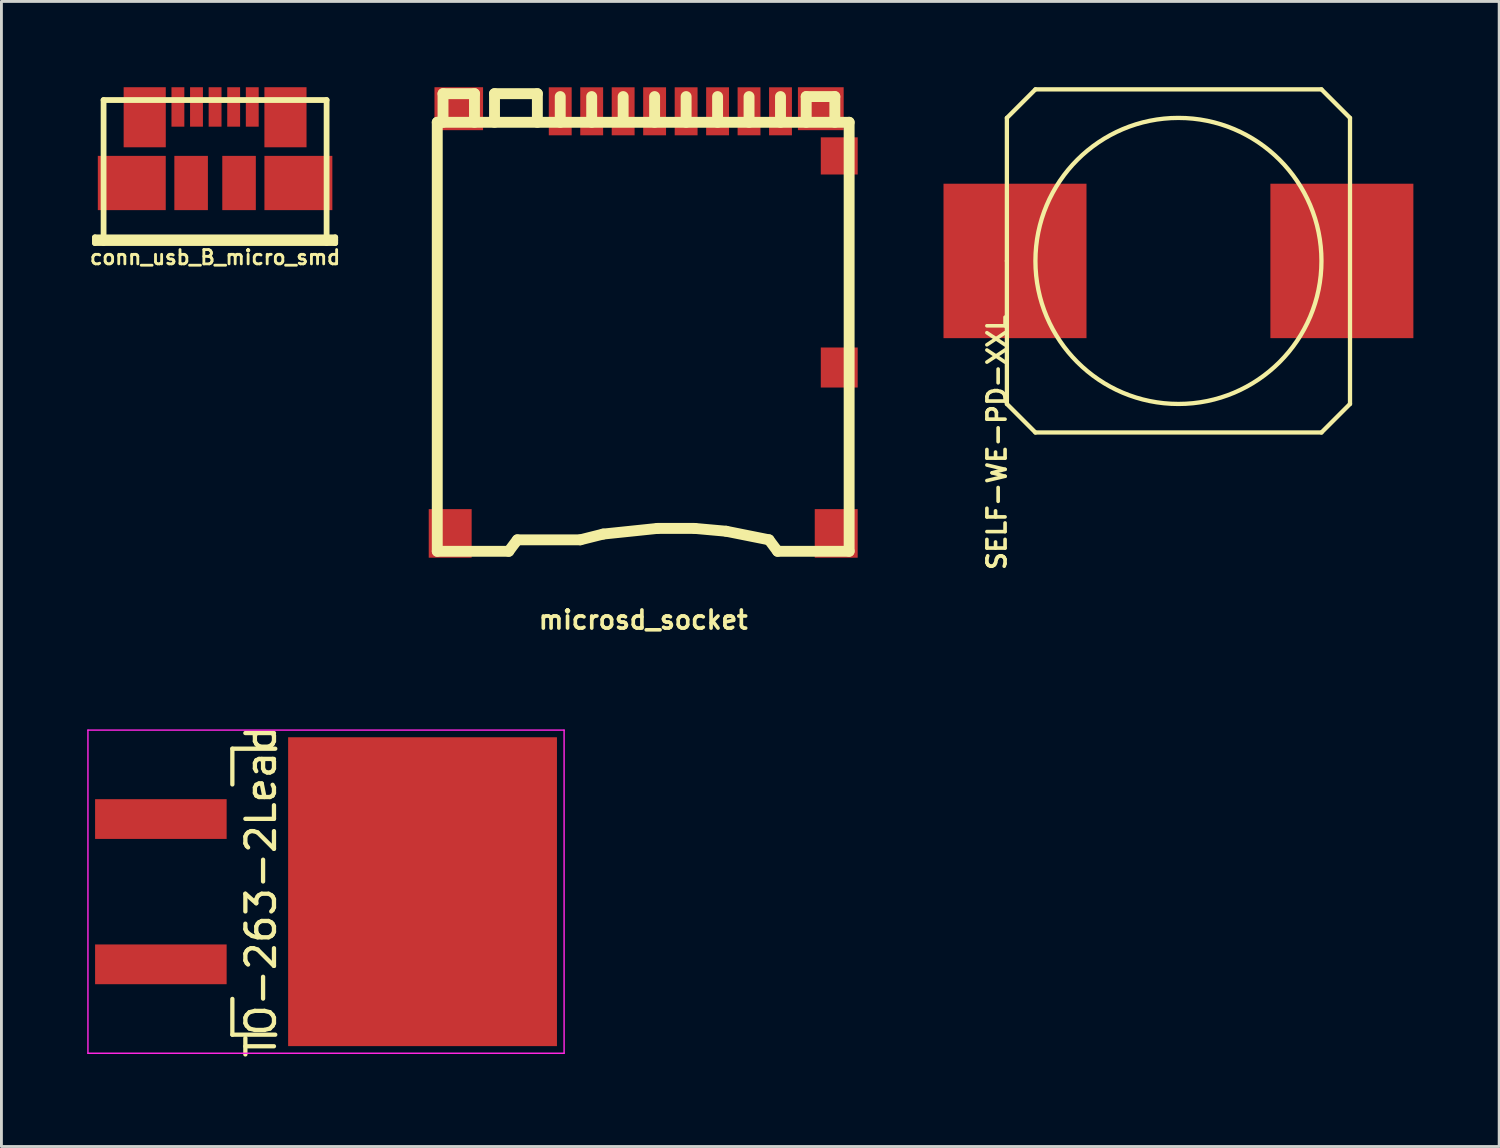
<source format=kicad_pcb>
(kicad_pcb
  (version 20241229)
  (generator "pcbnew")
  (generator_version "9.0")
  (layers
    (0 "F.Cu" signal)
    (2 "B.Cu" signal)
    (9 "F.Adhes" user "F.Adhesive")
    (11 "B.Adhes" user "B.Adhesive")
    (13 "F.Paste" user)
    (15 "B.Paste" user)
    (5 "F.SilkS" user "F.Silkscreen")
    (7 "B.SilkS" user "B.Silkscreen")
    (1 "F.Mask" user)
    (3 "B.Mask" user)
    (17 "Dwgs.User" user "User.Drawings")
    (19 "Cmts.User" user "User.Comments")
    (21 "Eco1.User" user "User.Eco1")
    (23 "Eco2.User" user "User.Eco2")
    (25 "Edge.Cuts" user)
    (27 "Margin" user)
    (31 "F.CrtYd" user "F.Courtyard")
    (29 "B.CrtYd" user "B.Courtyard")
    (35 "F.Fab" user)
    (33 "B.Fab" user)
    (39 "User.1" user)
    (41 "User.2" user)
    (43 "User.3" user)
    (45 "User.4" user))
  (footprint "SELF-WE-PD-XXL"
    (layer "F.Cu")
    (at 38.157 6.074)
    (property "Reference" "SELF-WE-PD-XXL" (at -6.35 6.35 90) (layer "F.SilkS") (effects (font (size 0.635 0.635) (thickness 0.127))))
    (attr smd)
    (fp_line (start -5.999 -5.001) (end -5.001 -5.999) (stroke (width 0.15) (type solid)) (layer "F.SilkS"))
    (fp_line (start -5.999 0) (end -5.999 -5.001) (stroke (width 0.15) (type solid)) (layer "F.SilkS"))
    (fp_line (start -5.999 5.001) (end -5.999 0) (stroke (width 0.15) (type solid)) (layer "F.SilkS"))
    (fp_line (start -5.001 -5.999) (end 5.001 -5.999) (stroke (width 0.15) (type solid)) (layer "F.SilkS"))
    (fp_line (start -5.001 5.999) (end -5.999 5.001) (stroke (width 0.15) (type solid)) (layer "F.SilkS"))
    (fp_line (start 5.001 -5.999) (end 5.999 -5.001) (stroke (width 0.15) (type solid)) (layer "F.SilkS"))
    (fp_line (start 5.001 5.999) (end -5.001 5.999) (stroke (width 0.15) (type solid)) (layer "F.SilkS"))
    (fp_line (start 5.999 -5.001) (end 5.999 5.001) (stroke (width 0.15) (type solid)) (layer "F.SilkS"))
    (fp_line (start 5.999 5.001) (end 5.001 5.999) (stroke (width 0.15) (type solid)) (layer "F.SilkS"))
    (fp_circle (center 0 0) (end 0 -5.001) (stroke (width 0.15) (type solid)) (fill no) (layer "F.SilkS"))
    (fp_text user "" (at 0 0 0) (layer "F.SilkS") (effects (font (size 1 1) (thickness 0.15))))
    (fp_text user "" (at 0 0 0) (layer "F.SilkS") (effects (font (size 1 1) (thickness 0.15))))
    (pad "1" smd rect (at -5.715 0) (size 5 5.4) (layers "F.Cu" "F.Mask" "F.Paste"))
    (pad "2" smd rect (at 5.715 0) (size 5 5.4) (layers "F.Cu" "F.Mask" "F.Paste")))
  (footprint "microsd_socket"
    (layer "F.Cu")
    (at 19.441 8.226)
    (property "Reference" "microsd_socket" (at 0 10.399 0) (layer "F.SilkS") (effects (font (size 0.635 0.635) (thickness 0.127))))
    (attr through_hole)
    (fp_line (start -7.201 -7) (end -7.201 8.001) (stroke (width 0.381) (type solid)) (layer "F.SilkS"))
    (fp_line (start -7 -7) (end -7 -8.001) (stroke (width 0.381) (type solid)) (layer "F.SilkS"))
    (fp_line (start -5.9 -8.001) (end -7 -8.001) (stroke (width 0.381) (type solid)) (layer "F.SilkS"))
    (fp_line (start -5.9 -8.001) (end -5.9 -7) (stroke (width 0.381) (type solid)) (layer "F.SilkS"))
    (fp_line (start -5.199 -8.001) (end -5.199 -7) (stroke (width 0.381) (type solid)) (layer "F.SilkS"))
    (fp_line (start -4.699 8.001) (end -7.201 8.001) (stroke (width 0.381) (type solid)) (layer "F.SilkS"))
    (fp_line (start -4.402 7.6) (end -4.702 8.001) (stroke (width 0.381) (type solid)) (layer "F.SilkS"))
    (fp_line (start -3.701 -8.001) (end -5.199 -8.001) (stroke (width 0.381) (type solid)) (layer "F.SilkS"))
    (fp_line (start -3.701 -7) (end -3.701 -8.001) (stroke (width 0.381) (type solid)) (layer "F.SilkS"))
    (fp_line (start -2.901 -7) (end -2.901 -7.899) (stroke (width 0.381) (type solid)) (layer "F.SilkS"))
    (fp_line (start -2.2 7.6) (end -4.399 7.6) (stroke (width 0.381) (type solid)) (layer "F.SilkS"))
    (fp_line (start -2.2 7.6) (end -1.4 7.399) (stroke (width 0.381) (type solid)) (layer "F.SilkS"))
    (fp_line (start -1.801 -7.899) (end -1.801 -7) (stroke (width 0.381) (type solid)) (layer "F.SilkS"))
    (fp_line (start -1.4 7.399) (end 0.5 7.201) (stroke (width 0.381) (type solid)) (layer "F.SilkS"))
    (fp_line (start -0.701 -7.899) (end -0.701 -7.099) (stroke (width 0.381) (type solid)) (layer "F.SilkS"))
    (fp_line (start 0.399 -7.899) (end 0.399 -7) (stroke (width 0.381) (type solid)) (layer "F.SilkS"))
    (fp_line (start 0.5 7.201) (end 1.801 7.201) (stroke (width 0.381) (type solid)) (layer "F.SilkS"))
    (fp_line (start 1.501 -7.899) (end 1.501 -7) (stroke (width 0.381) (type solid)) (layer "F.SilkS"))
    (fp_line (start 1.801 7.201) (end 2.901 7.3) (stroke (width 0.381) (type solid)) (layer "F.SilkS"))
    (fp_line (start 2.601 -7.899) (end 2.601 -7) (stroke (width 0.381) (type solid)) (layer "F.SilkS"))
    (fp_line (start 2.901 7.3) (end 4.399 7.6) (stroke (width 0.381) (type solid)) (layer "F.SilkS"))
    (fp_line (start 3.701 -7.899) (end 3.701 -7) (stroke (width 0.381) (type solid)) (layer "F.SilkS"))
    (fp_line (start 4.699 8.001) (end 4.399 7.6) (stroke (width 0.381) (type solid)) (layer "F.SilkS"))
    (fp_line (start 4.699 8.001) (end 7.201 8.001) (stroke (width 0.381) (type solid)) (layer "F.SilkS"))
    (fp_line (start 4.801 -7.899) (end 4.801 -7) (stroke (width 0.381) (type solid)) (layer "F.SilkS"))
    (fp_line (start 5.7 -7.899) (end 6.701 -7.899) (stroke (width 0.381) (type solid)) (layer "F.SilkS"))
    (fp_line (start 5.7 -7) (end 5.7 -7.899) (stroke (width 0.381) (type solid)) (layer "F.SilkS"))
    (fp_line (start 6.701 -7.899) (end 6.701 -7) (stroke (width 0.381) (type solid)) (layer "F.SilkS"))
    (fp_line (start 7.201 -7) (end -7.201 -7) (stroke (width 0.381) (type solid)) (layer "F.SilkS"))
    (fp_line (start 7.201 8.001) (end 7.201 -7) (stroke (width 0.381) (type solid)) (layer "F.SilkS"))
    (pad "" smd rect (at 6.21 -7.475) (size 1.6 1.501) (layers "F.Cu" "F.Mask" "F.Paste"))
    (pad "1" smd rect (at -2.901 -7.384) (size 0.8 1.679) (layers "F.Cu" "F.Mask" "F.Paste"))
    (pad "2" smd rect (at -1.801 -7.384) (size 0.8 1.679) (layers "F.Cu" "F.Mask" "F.Paste"))
    (pad "3" smd rect (at -0.701 -7.384) (size 0.8 1.679) (layers "F.Cu" "F.Mask" "F.Paste"))
    (pad "4" smd rect (at 0.399 -7.384) (size 0.8 1.679) (layers "F.Cu" "F.Mask" "F.Paste"))
    (pad "5" smd rect (at 1.501 -7.384) (size 0.8 1.679) (layers "F.Cu" "F.Mask" "F.Paste"))
    (pad "6" smd rect (at 2.601 -7.384) (size 0.8 1.679) (layers "F.Cu" "F.Mask" "F.Paste"))
    (pad "7" smd rect (at 3.701 -7.384) (size 0.8 1.679) (layers "F.Cu" "F.Mask" "F.Paste"))
    (pad "8" smd rect (at 4.801 -7.384) (size 0.8 1.679) (layers "F.Cu" "F.Mask" "F.Paste"))
    (pad "9" smd rect (at -6.749 7.376) (size 1.501 1.699) (layers "F.Cu" "F.Mask" "F.Paste"))
    (pad "9" smd rect (at -6.449 -7.475) (size 1.699 1.501) (layers "F.Cu" "F.Mask" "F.Paste"))
    (pad "9" smd rect (at 6.749 7.376) (size 1.501 1.699) (layers "F.Cu" "F.Mask" "F.Paste"))
    (pad "CD1" smd rect (at 6.855 1.575) (size 1.29 1.4) (layers "F.Cu" "F.Mask" "F.Paste"))
    (pad "CD2" smd rect (at 6.855 -5.824) (size 1.29 1.3) (layers "F.Cu" "F.Mask" "F.Paste")))
  (footprint "conn_usb_B_micro_smd"
    (layer "F.Cu")
    (at 4.471 3.349)
    (property "Reference" "conn_usb_B_micro_smd" (at 0 2.601 0) (layer "F.SilkS") (effects (font (size 0.5 0.5) (thickness 0.099))))
    (attr through_hole)
    (fp_line (start -4.201 1.9) (end -4.201 2.101) (stroke (width 0.201) (type solid)) (layer "F.SilkS"))
    (fp_line (start -4.201 1.999) (end 4.201 1.999) (stroke (width 0.201) (type solid)) (layer "F.SilkS"))
    (fp_line (start -4.201 2.101) (end 4.201 2.101) (stroke (width 0.201) (type solid)) (layer "F.SilkS"))
    (fp_line (start -3.899 -2.901) (end 3.899 -2.901) (stroke (width 0.201) (type solid)) (layer "F.SilkS"))
    (fp_line (start -3.899 2.101) (end -3.899 -2.901) (stroke (width 0.201) (type solid)) (layer "F.SilkS"))
    (fp_line (start 3.899 -2.901) (end 3.899 2.101) (stroke (width 0.201) (type solid)) (layer "F.SilkS"))
    (fp_line (start 4.201 1.9) (end -4.201 1.9) (stroke (width 0.201) (type solid)) (layer "F.SilkS"))
    (fp_line (start 4.201 2.101) (end 4.201 1.9) (stroke (width 0.201) (type solid)) (layer "F.SilkS"))
    (pad "1" smd rect (at -1.3 -2.659) (size 0.45 1.379) (layers "F.Cu" "F.Mask" "F.Paste"))
    (pad "2" smd rect (at -0.65 -2.659) (size 0.45 1.379) (layers "F.Cu" "F.Mask" "F.Paste"))
    (pad "3" smd rect (at 0 -2.659) (size 0.45 1.379) (layers "F.Cu" "F.Mask" "F.Paste"))
    (pad "4" smd rect (at 0.65 -2.659) (size 0.45 1.379) (layers "F.Cu" "F.Mask" "F.Paste"))
    (pad "5" smd rect (at 1.3 -2.659) (size 0.45 1.379) (layers "F.Cu" "F.Mask" "F.Paste"))
    (pad "6" smd rect (at -2.913 0) (size 2.375 1.897) (layers "F.Cu" "F.Mask" "F.Paste"))
    (pad "6" smd rect (at -2.461 -2.299) (size 1.473 2.101) (layers "F.Cu" "F.Mask" "F.Paste"))
    (pad "6" smd rect (at -0.838 0) (size 1.173 1.897) (layers "F.Cu" "F.Mask" "F.Paste"))
    (pad "6" smd rect (at 0.838 0) (size 1.173 1.897) (layers "F.Cu" "F.Mask" "F.Paste"))
    (pad "6" smd rect (at 2.461 -2.299) (size 1.473 2.101) (layers "F.Cu" "F.Mask" "F.Paste"))
    (pad "6" smd rect (at 2.913 0) (size 2.375 1.897) (layers "F.Cu" "F.Mask" "F.Paste")))
  (footprint "TO-263-2Lead"
    (layer "F.Cu")
    (at 2.575 28.13)
    (property "Reference" "TO-263-2Lead" (at 3.5 0 90) (layer "F.SilkS") (effects (font (size 1 1) (thickness 0.15))))
    (attr smd)
    (fp_line (start 2.5 -5) (end 2.5 -3.75) (stroke (width 0.15) (type solid)) (layer "F.SilkS"))
    (fp_line (start 2.5 -5) (end 4 -5) (stroke (width 0.15) (type solid)) (layer "F.SilkS"))
    (fp_line (start 2.5 5) (end 2.5 3.75) (stroke (width 0.15) (type solid)) (layer "F.SilkS"))
    (fp_line (start 2.5 5) (end 4 5) (stroke (width 0.15) (type solid)) (layer "F.SilkS"))
    (fp_line (start -2.55 -5.65) (end -2.55 5.65) (stroke (width 0.05) (type solid)) (layer "F.CrtYd"))
    (fp_line (start 14.1 -5.65) (end -2.55 -5.65) (stroke (width 0.05) (type solid)) (layer "F.CrtYd"))
    (fp_line (start 14.1 -5.65) (end 14.1 5.65) (stroke (width 0.05) (type solid)) (layer "F.CrtYd"))
    (fp_line (start 14.1 5.65) (end -2.55 5.65) (stroke (width 0.05) (type solid)) (layer "F.CrtYd"))
    (pad "1" smd rect (at 0 -2.54) (size 4.6 1.39) (layers "F.Cu" "F.Mask" "F.Paste"))
    (pad "2" smd rect (at 0 2.54) (size 4.6 1.39) (layers "F.Cu" "F.Mask" "F.Paste"))
    (pad "3" smd rect (at 9.15 0) (size 9.4 10.8) (layers "F.Cu" "F.Mask" "F.Paste")))
  (gr_rect
    (start -3 -3)
    (end 49.372 37.041)
    (stroke (width 0.1) (type default))
    (fill no)
    (layer "Edge.Cuts")))
</source>
